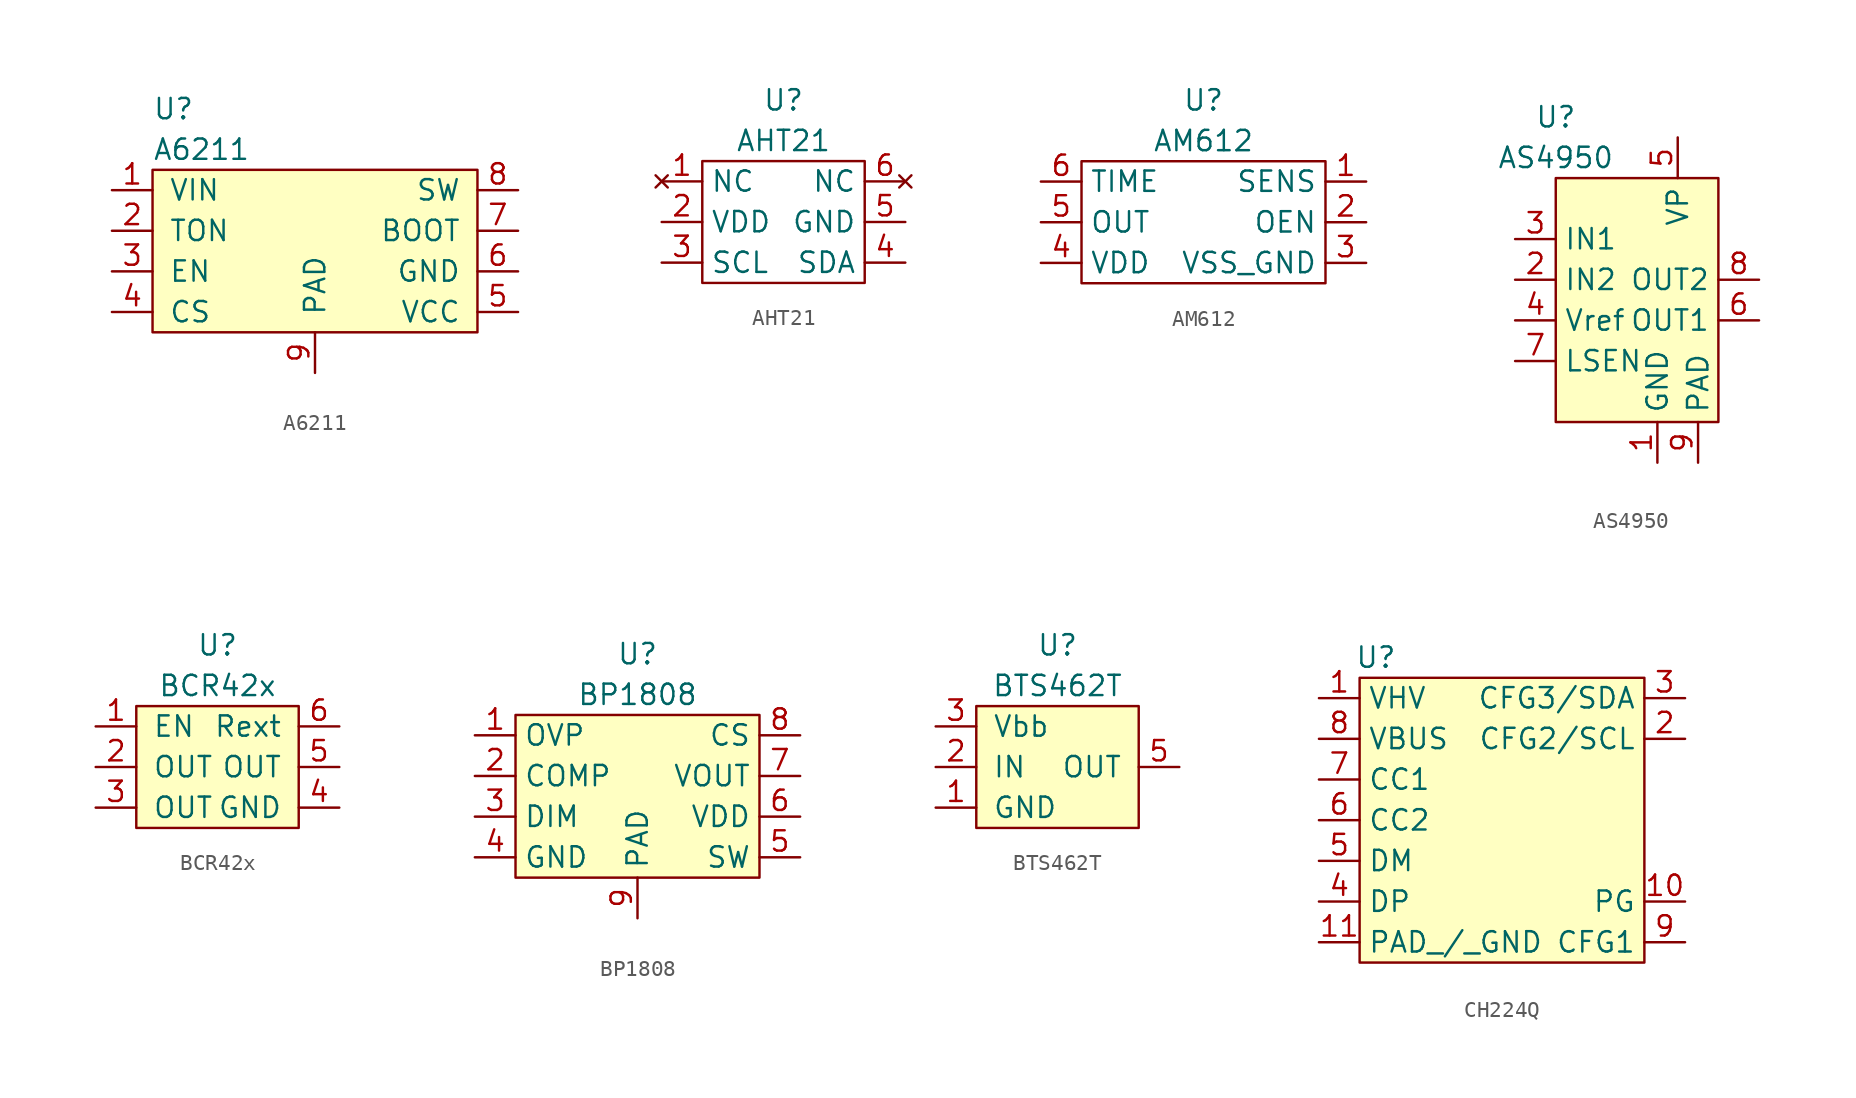
<source format=kicad_sym>
(kicad_symbol_lib
  (version 20241209)
  (generator "kicad_symbol_editor")
  (generator_version "9.0")
  (symbol "A6211"
    (pin_names
      (offset 1.016))
    (property "Reference" "U"
      (at -10.16 8.89 0)
      (effects (font (size 1.27 1.27)) (justify left)))
    (property "Value" "A6211"
      (at -10.16 6.35 0)
      (effects (font (size 1.27 1.27)) (justify left)))
    (symbol "A6211_0_1"
      (rectangle (start -10.16 5.08) (end 10.16 -5.08) (stroke (width 0) (type default)) (fill (type background))))
    (symbol "A6211_1_1"
      (pin power_in line (at -12.7 3.81 0) (length 2.54) (name "VIN" (effects (font (size 1.27 1.27)))) (number "1" (effects (font (size 1.27 1.27)))))
      (pin input line (at -12.7 1.27 0) (length 2.54) (name "TON" (effects (font (size 1.27 1.27)))) (number "2" (effects (font (size 1.27 1.27)))))
      (pin input line (at -12.7 -1.27 0) (length 2.54) (name "EN" (effects (font (size 1.27 1.27)))) (number "3" (effects (font (size 1.27 1.27)))))
      (pin input line (at -12.7 -3.81 0) (length 2.54) (name "CS" (effects (font (size 1.27 1.27)))) (number "4" (effects (font (size 1.27 1.27)))))
      (pin power_in line (at 0 -7.62 90) (length 2.54) (name "PAD" (effects (font (size 1.27 1.27)))) (number "9" (effects (font (size 1.27 1.27)))))
      (pin output line (at 12.7 3.81 180) (length 2.54) (name "SW" (effects (font (size 1.27 1.27)))) (number "8" (effects (font (size 1.27 1.27)))))
      (pin output line (at 12.7 1.27 180) (length 2.54) (name "BOOT" (effects (font (size 1.27 1.27)))) (number "7" (effects (font (size 1.27 1.27)))))
      (pin power_in line (at 12.7 -1.27 180) (length 2.54) (name "GND" (effects (font (size 1.27 1.27)))) (number "6" (effects (font (size 1.27 1.27)))))
      (pin power_out line (at 12.7 -3.81 180) (length 2.54) (name "VCC" (effects (font (size 1.27 1.27)))) (number "5" (effects (font (size 1.27 1.27)))))))
  (symbol "AHT21"
    (property "Reference" "U"
      (at 0 7.62 0)
      (effects (font (size 1.27 1.27))))
    (property "Value" "AHT21"
      (at 0 5.08 0)
      (effects (font (size 1.27 1.27))))
    (symbol "AHT21_0_1"
      (rectangle (start -5.08 3.81) (end 5.08 -3.81) (stroke (width 0) (type default)) (fill (type none))))
    (symbol "AHT21_1_1"
      (pin no_connect line (at -7.62 2.54 0) (length 2.54) (name "NC" (effects (font (size 1.27 1.27)))) (number "1" (effects (font (size 1.27 1.27)))))
      (pin power_in line (at -7.62 0 0) (length 2.54) (name "VDD" (effects (font (size 1.27 1.27)))) (number "2" (effects (font (size 1.27 1.27)))))
      (pin bidirectional line (at -7.62 -2.54 0) (length 2.54) (name "SCL" (effects (font (size 1.27 1.27)))) (number "3" (effects (font (size 1.27 1.27)))))
      (pin no_connect line (at 7.62 2.54 180) (length 2.54) (name "NC" (effects (font (size 1.27 1.27)))) (number "6" (effects (font (size 1.27 1.27)))))
      (pin power_in line (at 7.62 0 180) (length 2.54) (name "GND" (effects (font (size 1.27 1.27)))) (number "5" (effects (font (size 1.27 1.27)))))
      (pin bidirectional line (at 7.62 -2.54 180) (length 2.54) (name "SDA" (effects (font (size 1.27 1.27)))) (number "4" (effects (font (size 1.27 1.27)))))))
  (symbol "AM612"
    (property "Reference" "U"
      (at 0 7.62 0)
      (effects (font (size 1.27 1.27))))
    (property "Value" "AM612"
      (at 0 5.08 0)
      (effects (font (size 1.27 1.27))))
    (symbol "AM612_0_1"
      (rectangle (start -7.62 3.81) (end 7.62 -3.81) (stroke (width 0) (type default)) (fill (type none))))
    (symbol "AM612_1_1"
      (pin input line (at -10.16 2.54 0) (length 2.54) (name "TIME" (effects (font (size 1.27 1.27)))) (number "6" (effects (font (size 1.27 1.27)))))
      (pin output line (at -10.16 0 0) (length 2.54) (name "OUT" (effects (font (size 1.27 1.27)))) (number "5" (effects (font (size 1.27 1.27)))))
      (pin power_in line (at -10.16 -2.54 0) (length 2.54) (name "VDD" (effects (font (size 1.27 1.27)))) (number "4" (effects (font (size 1.27 1.27)))))
      (pin input line (at 10.16 2.54 180) (length 2.54) (name "SENS" (effects (font (size 1.27 1.27)))) (number "1" (effects (font (size 1.27 1.27)))))
      (pin input line (at 10.16 0 180) (length 2.54) (name "OEN" (effects (font (size 1.27 1.27)))) (number "2" (effects (font (size 1.27 1.27)))))
      (pin power_in line (at 10.16 -2.54 180) (length 2.54) (name "VSS_GND" (effects (font (size 1.27 1.27)))) (number "3" (effects (font (size 1.27 1.27)))))))
  (symbol "AS4950"
    (property "Reference" "U"
      (at -5.08 11.43 0)
      (effects (font (size 1.27 1.27))))
    (property "Value" "AS4950"
      (at -5.08 8.89 0)
      (effects (font (size 1.27 1.27))))
    (symbol "AS4950_0_1"
      (rectangle (start -5.08 7.62) (end 5.08 -7.62) (stroke (width 0) (type default)) (fill (type background))))
    (symbol "AS4950_1_1"
      (pin input line (at -7.62 3.81 0) (length 2.54) (name "IN1" (effects (font (size 1.27 1.27)))) (number "3" (effects (font (size 1.27 1.27)))))
      (pin input line (at -7.62 1.27 0) (length 2.54) (name "IN2" (effects (font (size 1.27 1.27)))) (number "2" (effects (font (size 1.27 1.27)))))
      (pin input line (at -7.62 -1.27 0) (length 2.54) (name "Vref" (effects (font (size 1.27 1.27)))) (number "4" (effects (font (size 1.27 1.27)))))
      (pin input line (at -7.62 -3.81 0) (length 2.54) (name "LSEN" (effects (font (size 1.27 1.27)))) (number "7" (effects (font (size 1.27 1.27)))))
      (pin power_in line (at 1.27 -10.16 90) (length 2.54) (name "GND" (effects (font (size 1.27 1.27)))) (number "1" (effects (font (size 1.27 1.27)))))
      (pin power_in line (at 2.54 10.16 270) (length 2.54) (name "VP" (effects (font (size 1.27 1.27)))) (number "5" (effects (font (size 1.27 1.27)))))
      (pin passive line (at 3.81 -10.16 90) (length 2.54) (name "PAD" (effects (font (size 1.27 1.27)))) (number "9" (effects (font (size 1.27 1.27)))))
      (pin output line (at 7.62 1.27 180) (length 2.54) (name "OUT2" (effects (font (size 1.27 1.27)))) (number "8" (effects (font (size 1.27 1.27)))))
      (pin output line (at 7.62 -1.27 180) (length 2.54) (name "OUT1" (effects (font (size 1.27 1.27)))) (number "6" (effects (font (size 1.27 1.27)))))))
  (symbol "BCR42x"
    (pin_names
      (offset 1.016))
    (property "Reference" "U"
      (at 0 7.62 0)
      (effects (font (size 1.27 1.27))))
    (property "Value" "BCR42x"
      (at 0 5.08 0)
      (effects (font (size 1.27 1.27))))
    (symbol "BCR42x_0_1"
      (rectangle (start -5.08 3.81) (end 5.08 -3.81) (stroke (width 0) (type default)) (fill (type background))))
    (symbol "BCR42x_1_1"
      (pin input line (at -7.62 2.54 0) (length 2.54) (name "EN" (effects (font (size 1.27 1.27)))) (number "1" (effects (font (size 1.27 1.27)))))
      (pin output line (at -7.62 0 0) (length 2.54) (name "OUT" (effects (font (size 1.27 1.27)))) (number "2" (effects (font (size 1.27 1.27)))))
      (pin output line (at -7.62 -2.54 0) (length 2.54) (name "OUT" (effects (font (size 1.27 1.27)))) (number "3" (effects (font (size 1.27 1.27)))))
      (pin output line (at 7.62 2.54 180) (length 2.54) (name "Rext" (effects (font (size 1.27 1.27)))) (number "6" (effects (font (size 1.27 1.27)))))
      (pin output line (at 7.62 0 180) (length 2.54) (name "OUT" (effects (font (size 1.27 1.27)))) (number "5" (effects (font (size 1.27 1.27)))))
      (pin power_in line (at 7.62 -2.54 180) (length 2.54) (name "GND" (effects (font (size 1.27 1.27)))) (number "4" (effects (font (size 1.27 1.27)))))))
  (symbol "BP1808"
    (property "Reference" "U"
      (at 0 8.89 0)
      (effects (font (size 1.27 1.27))))
    (property "Value" "BP1808"
      (at 0 6.35 0)
      (effects (font (size 1.27 1.27))))
    (symbol "BP1808_0_1"
      (rectangle (start -7.62 5.08) (end 7.62 -5.08) (stroke (width 0) (type default)) (fill (type background))))
    (symbol "BP1808_1_1"
      (pin input line (at -10.16 3.81 0) (length 2.54) (name "OVP" (effects (font (size 1.27 1.27)))) (number "1" (effects (font (size 1.27 1.27)))))
      (pin input line (at -10.16 1.27 0) (length 2.54) (name "COMP" (effects (font (size 1.27 1.27)))) (number "2" (effects (font (size 1.27 1.27)))))
      (pin input line (at -10.16 -1.27 0) (length 2.54) (name "DIM" (effects (font (size 1.27 1.27)))) (number "3" (effects (font (size 1.27 1.27)))))
      (pin power_in line (at -10.16 -3.81 0) (length 2.54) (name "GND" (effects (font (size 1.27 1.27)))) (number "4" (effects (font (size 1.27 1.27)))))
      (pin passive line (at 0 -7.62 90) (length 2.54) (name "PAD" (effects (font (size 1.27 1.27)))) (number "9" (effects (font (size 1.27 1.27)))))
      (pin input line (at 10.16 3.81 180) (length 2.54) (name "CS" (effects (font (size 1.27 1.27)))) (number "8" (effects (font (size 1.27 1.27)))))
      (pin power_in line (at 10.16 1.27 180) (length 2.54) (name "VOUT" (effects (font (size 1.27 1.27)))) (number "7" (effects (font (size 1.27 1.27)))))
      (pin power_out line (at 10.16 -1.27 180) (length 2.54) (name "VDD" (effects (font (size 1.27 1.27)))) (number "6" (effects (font (size 1.27 1.27)))))
      (pin output line (at 10.16 -3.81 180) (length 2.54) (name "SW" (effects (font (size 1.27 1.27)))) (number "5" (effects (font (size 1.27 1.27)))))))
  (symbol "BTS462T"
    (pin_names
      (offset 1.016))
    (property "Reference" "U"
      (at 0 7.62 0)
      (effects (font (size 1.27 1.27))))
    (property "Value" "BTS462T"
      (at 0 5.08 0)
      (effects (font (size 1.27 1.27))))
    (symbol "BTS462T_0_1"
      (rectangle (start -5.08 3.81) (end 5.08 -3.81) (stroke (width 0) (type default)) (fill (type background))))
    (symbol "BTS462T_1_1"
      (pin power_in line (at -7.62 2.54 0) (length 2.54) (name "Vbb" (effects (font (size 1.27 1.27)))) (number "3" (effects (font (size 1.27 1.27)))))
      (pin input line (at -7.62 0 0) (length 2.54) (name "IN" (effects (font (size 1.27 1.27)))) (number "2" (effects (font (size 1.27 1.27)))))
      (pin power_in line (at -7.62 -2.54 0) (length 2.54) (name "GND" (effects (font (size 1.27 1.27)))) (number "1" (effects (font (size 1.27 1.27)))))
      (pin output line (at 7.62 0 180) (length 2.54) (name "OUT" (effects (font (size 1.27 1.27)))) (number "5" (effects (font (size 1.27 1.27)))))))
  (symbol "CH224Q"
    (property "Reference" "U"
      (at -7.874 11.43 0)
      (effects (font (size 1.27 1.27))))
    (property "Value" ""
      (at 0 0 0)
      (effects (font (size 1.27 1.27))))
    (symbol "CH224Q_1_1"
      (rectangle (start -8.89 10.16) (end 8.89 -7.62) (stroke (width 0) (type solid)) (fill (type background)))
      (pin power_in line (at -11.43 8.89 0) (length 2.54) (name "VHV" (effects (font (size 1.27 1.27)))) (number "1" (effects (font (size 1.27 1.27)))))
      (pin power_in line (at -11.43 6.35 0) (length 2.54) (name "VBUS" (effects (font (size 1.27 1.27)))) (number "8" (effects (font (size 1.27 1.27)))))
      (pin bidirectional line (at -11.43 3.81 0) (length 2.54) (name "CC1" (effects (font (size 1.27 1.27)))) (number "7" (effects (font (size 1.27 1.27)))))
      (pin bidirectional line (at -11.43 1.27 0) (length 2.54) (name "CC2" (effects (font (size 1.27 1.27)))) (number "6" (effects (font (size 1.27 1.27)))))
      (pin bidirectional line (at -11.43 -1.27 0) (length 2.54) (name "DM" (effects (font (size 1.27 1.27)))) (number "5" (effects (font (size 1.27 1.27)))))
      (pin bidirectional line (at -11.43 -3.81 0) (length 2.54) (name "DP" (effects (font (size 1.27 1.27)))) (number "4" (effects (font (size 1.27 1.27)))))
      (pin power_in line (at -11.43 -6.35 0) (length 2.54) (name "PAD_/_GND" (effects (font (size 1.27 1.27)))) (number "11" (effects (font (size 1.27 1.27)))))
      (pin bidirectional line (at 11.43 8.89 180) (length 2.54) (name "CFG3/SDA" (effects (font (size 1.27 1.27)))) (number "3" (effects (font (size 1.27 1.27)))))
      (pin bidirectional line (at 11.43 6.35 180) (length 2.54) (name "CFG2/SCL" (effects (font (size 1.27 1.27)))) (number "2" (effects (font (size 1.27 1.27)))))
      (pin output line (at 11.43 -3.81 180) (length 2.54) (name "PG" (effects (font (size 1.27 1.27)))) (number "10" (effects (font (size 1.27 1.27)))))
      (pin input line (at 11.43 -6.35 180) (length 2.54) (name "CFG1" (effects (font (size 1.27 1.27)))) (number "9" (effects (font (size 1.27 1.27))))))))
</source>
